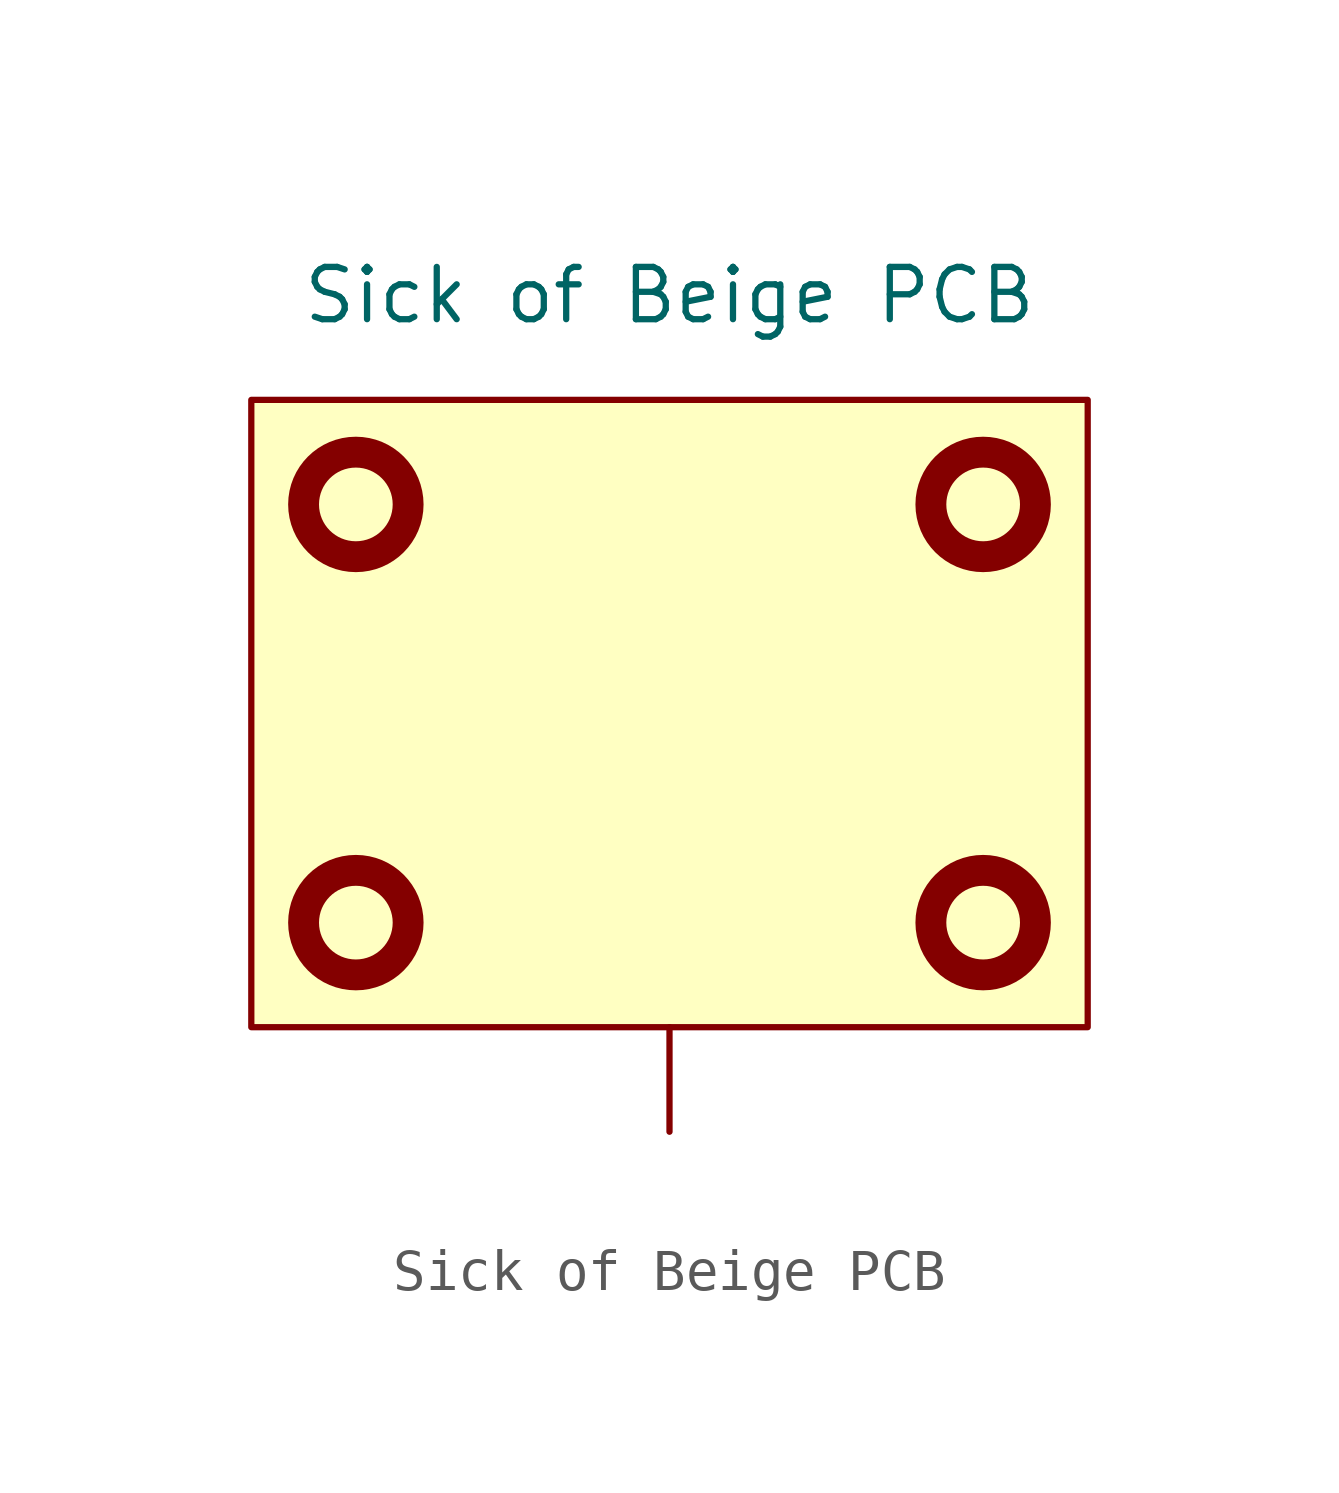
<source format=kicad_sym>
(kicad_symbol_lib
  (version 20241209)
  (generator "kicad_symbol_editor")
  (generator_version "9.0")
  (symbol "Sick of Beige PCB"
    (pin_names
      (offset 1.016)
      (hide yes))
    (property "Reference" "PCB"
      (at 0 6.35 0)
      (effects (font (size 1.27 1.27)) (hide yes)))
    (property "Value" "Sick of Beige PCB"
      (at 0 10.16 0)
      (effects (font (size 1.27 1.27))))
    (symbol "Sick of Beige PCB_0_1"
      (rectangle (start -10.16 7.62) (end 10.16 -7.62) (stroke (width 0.152) (type default)) (fill (type background)))
      (circle (center -7.62 5.08) (radius 1.27) (stroke (width 0.75) (type default)) (fill (type none)))
      (circle (center -7.62 -5.08) (radius 1.27) (stroke (width 0.75) (type default)) (fill (type none)))
      (circle (center 7.62 5.08) (radius 1.27) (stroke (width 0.75) (type default)) (fill (type none)))
      (circle (center 7.62 -5.08) (radius 1.27) (stroke (width 0.75) (type default)) (fill (type none))))
    (symbol "Sick of Beige PCB_1_1"
      (pin power_in line (at 0 -10.16 90) (length 2.54) (name "GND" (effects (font (size 1.27 1.27)))) (number "" (effects (font (size 1.27 1.27))))))))
</source>
